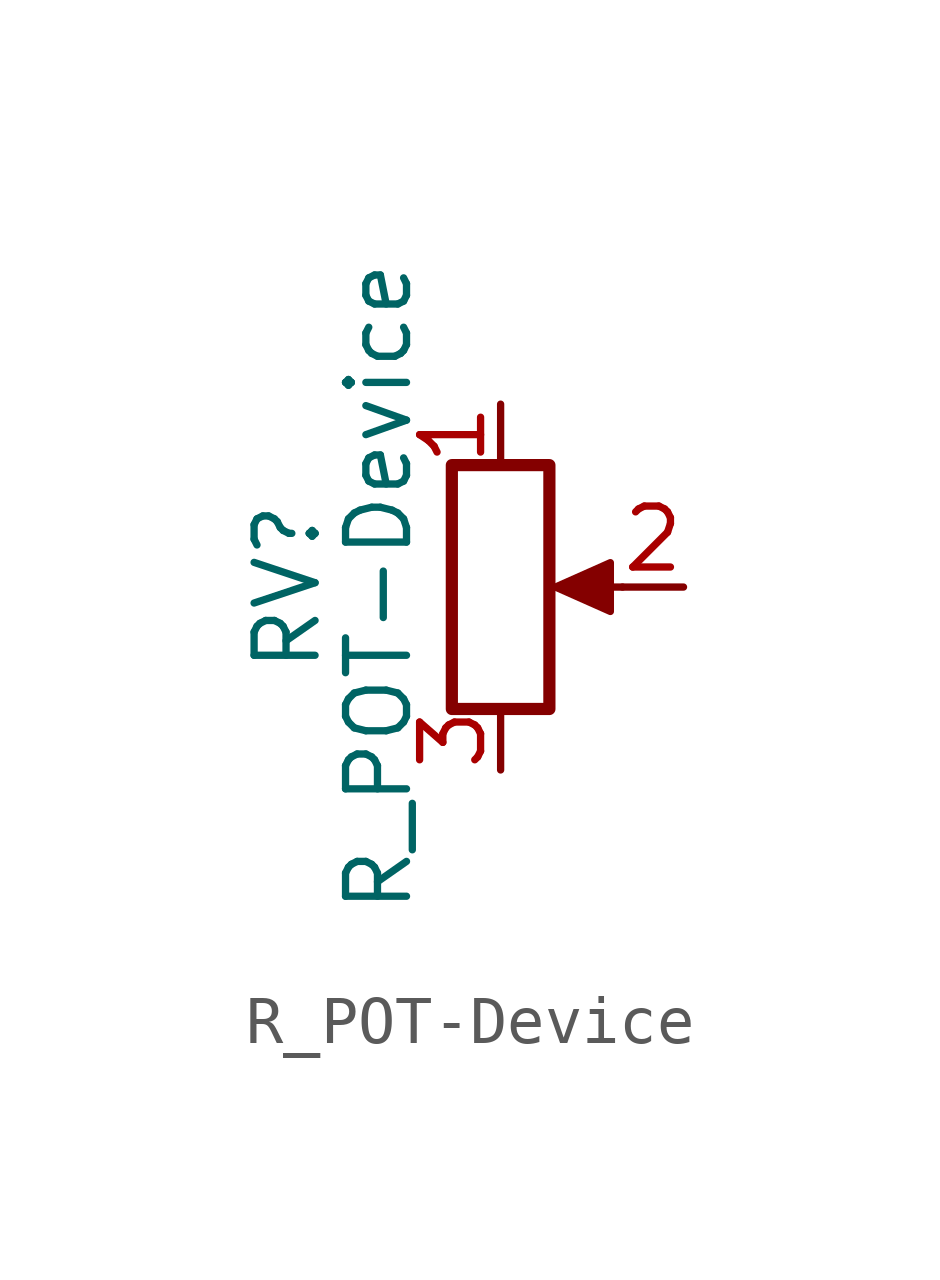
<source format=kicad_sym>
(kicad_symbol_lib
  (version 20211014)
  (generator kicad_symbol_editor)
  (symbol "R_POT-Device"
    (pin_names
      (offset 1.016) hide)
    (property "Reference" "RV"
      (at -4.445 0 90)
      (effects (font (size 1.27 1.27))))
    (property "Value" "R_POT-Device"
      (at -2.54 0 90)
      (effects (font (size 1.27 1.27))))
    (symbol "R_POT-Device_0_1"
      (polyline (pts (xy 2.54 0) (xy 1.524 0)) (stroke (width 0) (type default) (color 0 0 0 0)) (fill (type none)))
      (polyline (pts (xy 1.143 0) (xy 2.286 0.508) (xy 2.286 -0.508) (xy 1.143 0)) (stroke (width 0) (type default) (color 0 0 0 0)) (fill (type outline)))
      (rectangle (start 1.016 2.54) (end -1.016 -2.54) (stroke (width 0.254) (type default) (color 0 0 0 0)) (fill (type none))))
    (symbol "R_POT-Device_1_1"
      (pin passive line (at 0 3.81 270) (length 1.27) (name "1" (effects (font (size 1.27 1.27)))) (number "1" (effects (font (size 1.27 1.27)))))
      (pin passive line (at 3.81 0 180) (length 1.27) (name "2" (effects (font (size 1.27 1.27)))) (number "2" (effects (font (size 1.27 1.27)))))
      (pin passive line (at 0 -3.81 90) (length 1.27) (name "3" (effects (font (size 1.27 1.27)))) (number "3" (effects (font (size 1.27 1.27))))))))
</source>
